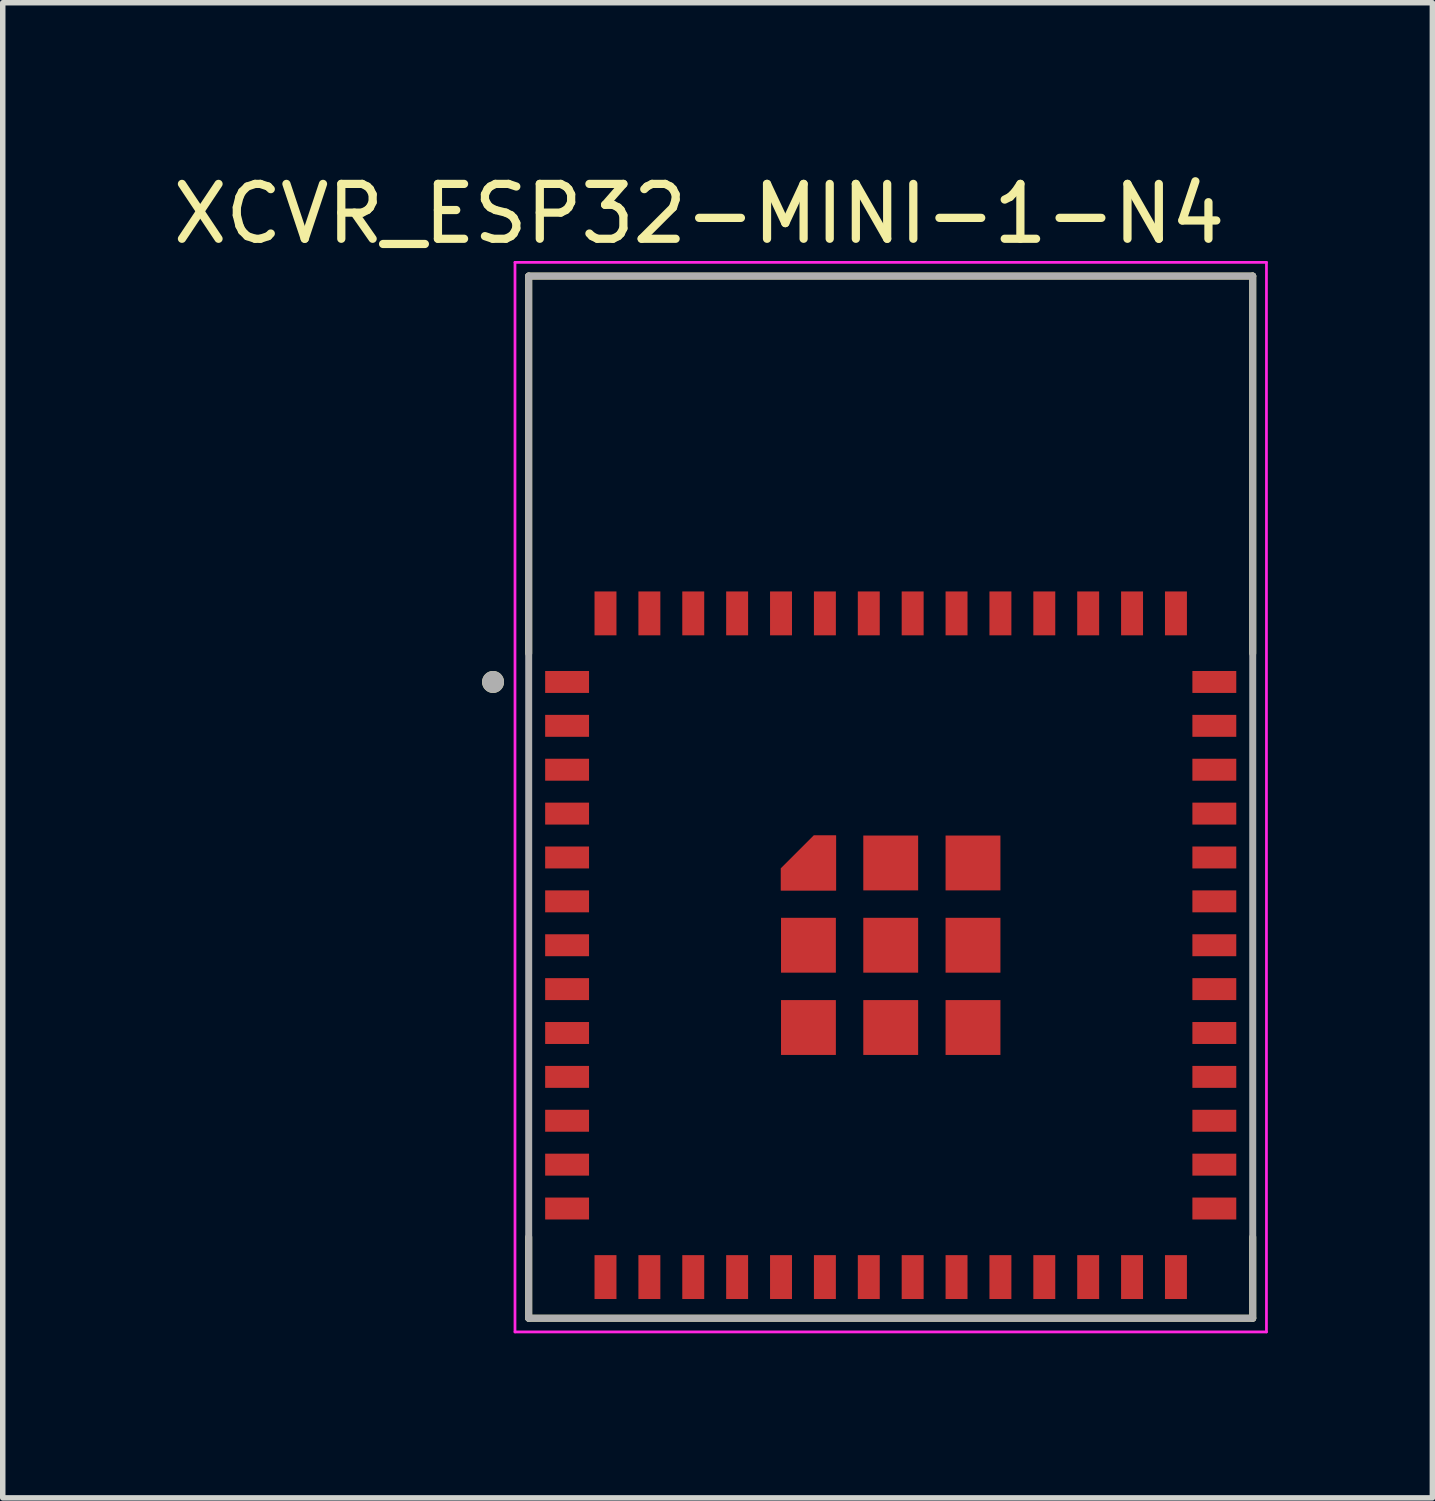
<source format=kicad_pcb>
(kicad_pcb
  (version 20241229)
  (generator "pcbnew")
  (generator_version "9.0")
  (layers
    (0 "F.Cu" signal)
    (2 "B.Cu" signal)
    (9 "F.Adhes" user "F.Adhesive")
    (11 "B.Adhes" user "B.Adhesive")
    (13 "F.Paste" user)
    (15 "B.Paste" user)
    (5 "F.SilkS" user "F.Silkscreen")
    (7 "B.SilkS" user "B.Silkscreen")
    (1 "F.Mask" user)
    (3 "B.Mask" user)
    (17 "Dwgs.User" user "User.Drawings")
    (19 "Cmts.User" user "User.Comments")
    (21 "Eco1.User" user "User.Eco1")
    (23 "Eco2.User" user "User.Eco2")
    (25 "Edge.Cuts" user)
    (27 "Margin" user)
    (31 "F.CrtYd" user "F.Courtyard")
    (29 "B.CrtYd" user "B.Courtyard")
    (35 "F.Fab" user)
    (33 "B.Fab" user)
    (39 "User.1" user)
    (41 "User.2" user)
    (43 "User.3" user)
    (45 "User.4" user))
  (footprint "XCVR_ESP32-MINI-1-N4"
    (layer "F.Cu")
    (at 13.189 14.183)
    (property "Reference" "XCVR_ESP32-MINI-1-N4" (at -3.493 -13.335 0) (layer "F.SilkS") (effects (font (size 1 1) (thickness 0.15))))
    (attr smd)
    (fp_poly (pts (xy -2.1 -0.9) (xy -0.9 -0.9) (xy -0.9 -2.1) (xy -1.45 -2.1) (xy -2.1 -1.45)) (stroke (width 0.01) (type solid)) (fill yes) (layer "F.Mask"))
    (fp_line (start -6.6 -12.2) (end -6.6 -5.32) (stroke (width 0.127) (type solid)) (layer "F.SilkS"))
    (fp_line (start -6.6 6.8) (end -6.6 5.32) (stroke (width 0.127) (type solid)) (layer "F.SilkS"))
    (fp_line (start -6.6 6.8) (end 6.6 6.8) (stroke (width 0.127) (type solid)) (layer "F.SilkS"))
    (fp_line (start 6.6 -12.2) (end -6.6 -12.2) (stroke (width 0.127) (type solid)) (layer "F.SilkS"))
    (fp_line (start 6.6 -5.32) (end 6.6 -12.2) (stroke (width 0.127) (type solid)) (layer "F.SilkS"))
    (fp_line (start 6.6 6.8) (end 6.6 5.32) (stroke (width 0.127) (type solid)) (layer "F.SilkS"))
    (fp_circle (center -7.25 -4.8) (end -7.15 -4.8) (stroke (width 0.2) (type solid)) (fill no) (layer "F.SilkS"))
    (fp_poly (pts (xy -2 -1) (xy -1 -1) (xy -1 -1.02) (xy -1 -2) (xy -1.4 -2) (xy -2 -1.4)) (stroke (width 0.01) (type solid)) (fill yes) (layer "F.Paste"))
    (fp_line (start -6.85 -12.45) (end -6.85 7.05) (stroke (width 0.05) (type solid)) (layer "F.CrtYd"))
    (fp_line (start -6.85 7.05) (end 6.85 7.05) (stroke (width 0.05) (type solid)) (layer "F.CrtYd"))
    (fp_line (start 6.85 -12.45) (end -6.85 -12.45) (stroke (width 0.05) (type solid)) (layer "F.CrtYd"))
    (fp_line (start 6.85 7.05) (end 6.85 -12.45) (stroke (width 0.05) (type solid)) (layer "F.CrtYd"))
    (fp_line (start -6.6 -12.2) (end -6.6 6.8) (stroke (width 0.127) (type solid)) (layer "F.Fab"))
    (fp_line (start -6.6 6.8) (end 6.6 6.8) (stroke (width 0.127) (type solid)) (layer "F.Fab"))
    (fp_line (start 6.6 -12.2) (end -6.6 -12.2) (stroke (width 0.127) (type solid)) (layer "F.Fab"))
    (fp_line (start 6.6 6.8) (end 6.6 -12.2) (stroke (width 0.127) (type solid)) (layer "F.Fab"))
    (fp_circle (center -7.25 -4.8) (end -7.15 -4.8) (stroke (width 0.2) (type solid)) (fill no) (layer "F.Fab"))
    (pad "1" smd rect (at -5.9 -4.8) (size 0.8 0.4) (layers "F.Cu" "F.Mask" "F.Paste"))
    (pad "2" smd rect (at -5.9 -4) (size 0.8 0.4) (layers "F.Cu" "F.Mask" "F.Paste"))
    (pad "3" smd rect (at -5.9 -3.2) (size 0.8 0.4) (layers "F.Cu" "F.Mask" "F.Paste"))
    (pad "4" smd rect (at -5.9 -2.4) (size 0.8 0.4) (layers "F.Cu" "F.Mask" "F.Paste"))
    (pad "5" smd rect (at -5.9 -1.6) (size 0.8 0.4) (layers "F.Cu" "F.Mask" "F.Paste"))
    (pad "6" smd rect (at -5.9 -0.8) (size 0.8 0.4) (layers "F.Cu" "F.Mask" "F.Paste"))
    (pad "7" smd rect (at -5.9 0) (size 0.8 0.4) (layers "F.Cu" "F.Mask" "F.Paste"))
    (pad "8" smd rect (at -5.9 0.8) (size 0.8 0.4) (layers "F.Cu" "F.Mask" "F.Paste"))
    (pad "9" smd rect (at -5.9 1.6) (size 0.8 0.4) (layers "F.Cu" "F.Mask" "F.Paste"))
    (pad "10" smd rect (at -5.9 2.4) (size 0.8 0.4) (layers "F.Cu" "F.Mask" "F.Paste"))
    (pad "11" smd rect (at -5.9 3.2) (size 0.8 0.4) (layers "F.Cu" "F.Mask" "F.Paste"))
    (pad "12" smd rect (at -5.9 4) (size 0.8 0.4) (layers "F.Cu" "F.Mask" "F.Paste"))
    (pad "13" smd rect (at -5.9 4.8) (size 0.8 0.4) (layers "F.Cu" "F.Mask" "F.Paste"))
    (pad "14" smd rect (at -5.2 6.05) (size 0.4 0.8) (layers "F.Cu" "F.Mask" "F.Paste"))
    (pad "15" smd rect (at -4.4 6.05) (size 0.4 0.8) (layers "F.Cu" "F.Mask" "F.Paste"))
    (pad "16" smd rect (at -3.6 6.05) (size 0.4 0.8) (layers "F.Cu" "F.Mask" "F.Paste"))
    (pad "17" smd rect (at -2.8 6.05) (size 0.4 0.8) (layers "F.Cu" "F.Mask" "F.Paste"))
    (pad "18" smd rect (at -2 6.05) (size 0.4 0.8) (layers "F.Cu" "F.Mask" "F.Paste"))
    (pad "19" smd rect (at -1.2 6.05) (size 0.4 0.8) (layers "F.Cu" "F.Mask" "F.Paste"))
    (pad "20" smd rect (at -0.4 6.05) (size 0.4 0.8) (layers "F.Cu" "F.Mask" "F.Paste"))
    (pad "21" smd rect (at 0.4 6.05) (size 0.4 0.8) (layers "F.Cu" "F.Mask" "F.Paste"))
    (pad "22" smd rect (at 1.2 6.05) (size 0.4 0.8) (layers "F.Cu" "F.Mask" "F.Paste"))
    (pad "23" smd rect (at 2 6.05) (size 0.4 0.8) (layers "F.Cu" "F.Mask" "F.Paste"))
    (pad "24" smd rect (at 2.8 6.05) (size 0.4 0.8) (layers "F.Cu" "F.Mask" "F.Paste"))
    (pad "25" smd rect (at 3.6 6.05) (size 0.4 0.8) (layers "F.Cu" "F.Mask" "F.Paste"))
    (pad "26" smd rect (at 4.4 6.05) (size 0.4 0.8) (layers "F.Cu" "F.Mask" "F.Paste"))
    (pad "27" smd rect (at 5.2 6.05) (size 0.4 0.8) (layers "F.Cu" "F.Mask" "F.Paste"))
    (pad "28" smd rect (at 5.9 4.8) (size 0.8 0.4) (layers "F.Cu" "F.Mask" "F.Paste"))
    (pad "29" smd rect (at 5.9 4) (size 0.8 0.4) (layers "F.Cu" "F.Mask" "F.Paste"))
    (pad "30" smd rect (at 5.9 3.2) (size 0.8 0.4) (layers "F.Cu" "F.Mask" "F.Paste"))
    (pad "31" smd rect (at 5.9 2.4) (size 0.8 0.4) (layers "F.Cu" "F.Mask" "F.Paste"))
    (pad "32" smd rect (at 5.9 1.6) (size 0.8 0.4) (layers "F.Cu" "F.Mask" "F.Paste"))
    (pad "33" smd rect (at 5.9 0.8) (size 0.8 0.4) (layers "F.Cu" "F.Mask" "F.Paste"))
    (pad "34" smd rect (at 5.9 0) (size 0.8 0.4) (layers "F.Cu" "F.Mask" "F.Paste"))
    (pad "35" smd rect (at 5.9 -0.8) (size 0.8 0.4) (layers "F.Cu" "F.Mask" "F.Paste"))
    (pad "36" smd rect (at 5.9 -1.6) (size 0.8 0.4) (layers "F.Cu" "F.Mask" "F.Paste"))
    (pad "37" smd rect (at 5.9 -2.4) (size 0.8 0.4) (layers "F.Cu" "F.Mask" "F.Paste"))
    (pad "38" smd rect (at 5.9 -3.2) (size 0.8 0.4) (layers "F.Cu" "F.Mask" "F.Paste"))
    (pad "39" smd rect (at 5.9 -4) (size 0.8 0.4) (layers "F.Cu" "F.Mask" "F.Paste"))
    (pad "40" smd rect (at 5.9 -4.8) (size 0.8 0.4) (layers "F.Cu" "F.Mask" "F.Paste"))
    (pad "41" smd rect (at 5.2 -6.05) (size 0.4 0.8) (layers "F.Cu" "F.Mask" "F.Paste"))
    (pad "42" smd rect (at 4.4 -6.05) (size 0.4 0.8) (layers "F.Cu" "F.Mask" "F.Paste"))
    (pad "43" smd rect (at 3.6 -6.05) (size 0.4 0.8) (layers "F.Cu" "F.Mask" "F.Paste"))
    (pad "44" smd rect (at 2.8 -6.05) (size 0.4 0.8) (layers "F.Cu" "F.Mask" "F.Paste"))
    (pad "45" smd rect (at 2 -6.05) (size 0.4 0.8) (layers "F.Cu" "F.Mask" "F.Paste"))
    (pad "46" smd rect (at 1.2 -6.05) (size 0.4 0.8) (layers "F.Cu" "F.Mask" "F.Paste"))
    (pad "47" smd rect (at 0.4 -6.05) (size 0.4 0.8) (layers "F.Cu" "F.Mask" "F.Paste"))
    (pad "48" smd rect (at -0.4 -6.05) (size 0.4 0.8) (layers "F.Cu" "F.Mask" "F.Paste"))
    (pad "49" smd rect (at -1.2 -6.05) (size 0.4 0.8) (layers "F.Cu" "F.Mask" "F.Paste"))
    (pad "50" smd rect (at -2 -6.05) (size 0.4 0.8) (layers "F.Cu" "F.Mask" "F.Paste"))
    (pad "51" smd rect (at -2.8 -6.05) (size 0.4 0.8) (layers "F.Cu" "F.Mask" "F.Paste"))
    (pad "52" smd rect (at -3.6 -6.05) (size 0.4 0.8) (layers "F.Cu" "F.Mask" "F.Paste"))
    (pad "53" smd rect (at -4.4 -6.05) (size 0.4 0.8) (layers "F.Cu" "F.Mask" "F.Paste"))
    (pad "54" smd rect (at -5.2 -6.05) (size 0.4 0.8) (layers "F.Cu" "F.Mask" "F.Paste"))
    (pad "55_1" smd custom (at -1.5 -1.5) (size 0.25 0.25) (layers "F.Cu") (options (anchor rect)) (primitives (gr_poly (pts (xy 0.5 -0.5) (xy 0.1 -0.5) (xy -0.5 0.1) (xy -0.5 0.5) (xy -0.33 0.5) (xy 0.5 0.5)) (width 0.01) (fill yes))))
    (pad "55_2" smd rect (at 0 -1.5) (size 1 1) (layers "F.Cu" "F.Mask" "F.Paste"))
    (pad "55_3" smd rect (at 1.5 -1.5) (size 1 1) (layers "F.Cu" "F.Mask" "F.Paste"))
    (pad "55_4" smd rect (at -1.5 0) (size 1 1) (layers "F.Cu" "F.Mask" "F.Paste"))
    (pad "55_5" smd rect (at 0 0) (size 1 1) (layers "F.Cu" "F.Mask" "F.Paste"))
    (pad "55_6" smd rect (at 1.5 0) (size 1 1) (layers "F.Cu" "F.Mask" "F.Paste"))
    (pad "55_7" smd rect (at -1.5 1.5) (size 1 1) (layers "F.Cu" "F.Mask" "F.Paste"))
    (pad "55_8" smd rect (at 0 1.5) (size 1 1) (layers "F.Cu" "F.Mask" "F.Paste"))
    (pad "55_9" smd rect (at 1.5 1.5) (size 1 1) (layers "F.Cu" "F.Mask" "F.Paste"))
    (zone (net_name "") (layer "F.Cu") (hatch full 0.508) (connect_pads) (min_thickness 0.01) (filled_areas_thickness no) (keepout (tracks not_allowed) (vias not_allowed) (pads not_allowed) (copperpour not_allowed) (footprints allowed)) (placement (enabled no)) (fill) (polygon (pts (xy 6.589 1.983) (xy 19.789 1.983) (xy 19.789 7.383) (xy 6.589 7.383))))
    (zone (net_name "") (layers "F.Cu" "B.Cu") (hatch full 0.508) (connect_pads) (min_thickness 0.01) (filled_areas_thickness no) (keepout (tracks allowed) (vias not_allowed) (pads allowed) (copperpour allowed) (footprints allowed)) (placement (enabled no)) (fill) (polygon (pts (xy 6.589 1.983) (xy 19.789 1.983) (xy 19.789 7.383) (xy 6.589 7.383)))))
  (gr_rect
    (start -3 -3)
    (end 23.064 24.258)
    (stroke (width 0.1) (type default))
    (fill no)
    (layer "Edge.Cuts")))
</source>
